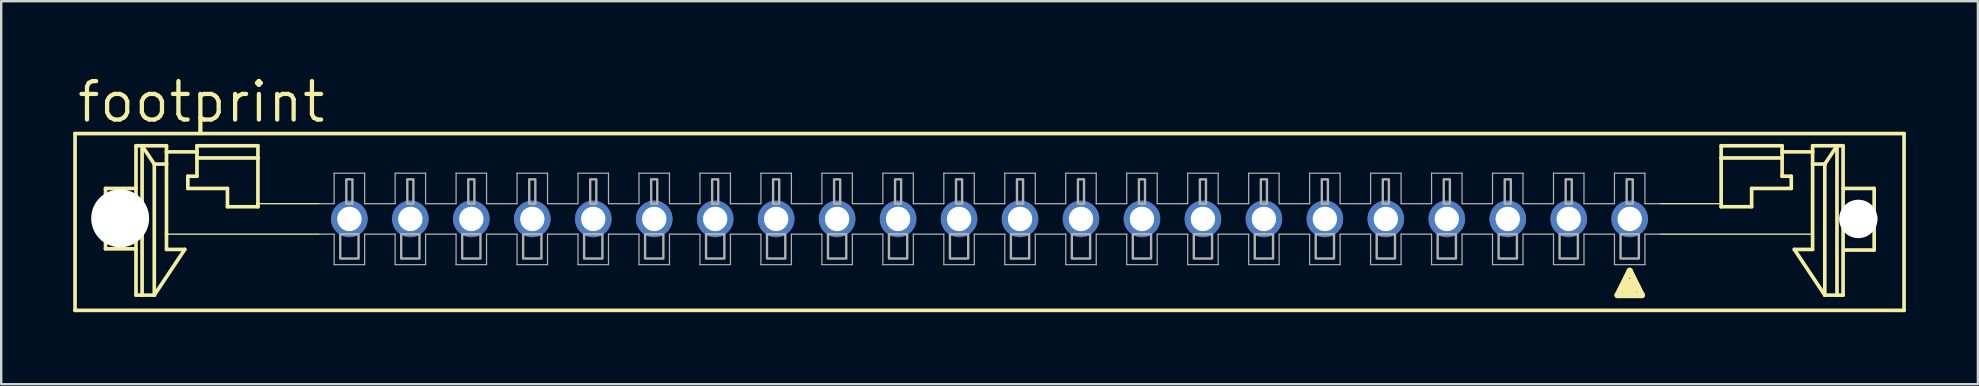
<source format=kicad_pcb>
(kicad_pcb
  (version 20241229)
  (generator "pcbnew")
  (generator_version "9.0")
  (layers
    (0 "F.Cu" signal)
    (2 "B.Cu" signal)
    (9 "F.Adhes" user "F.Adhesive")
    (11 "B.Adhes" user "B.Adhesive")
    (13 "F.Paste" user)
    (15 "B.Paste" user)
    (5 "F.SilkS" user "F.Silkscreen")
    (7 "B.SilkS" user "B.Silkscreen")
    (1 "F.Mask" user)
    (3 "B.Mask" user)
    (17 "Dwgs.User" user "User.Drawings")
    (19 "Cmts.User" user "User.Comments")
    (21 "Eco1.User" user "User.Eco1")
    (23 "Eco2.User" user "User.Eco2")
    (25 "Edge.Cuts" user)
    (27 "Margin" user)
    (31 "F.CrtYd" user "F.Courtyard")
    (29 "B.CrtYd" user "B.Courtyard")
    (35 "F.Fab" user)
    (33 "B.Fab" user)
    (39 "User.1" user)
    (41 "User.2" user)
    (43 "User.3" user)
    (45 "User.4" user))
  (footprint "footprint"
    (layer "F.Cu")
    (at 38.176 6.071)
    (property "Reference" "footprint" (at -38.1 -3.937 0) (layer "F.SilkS") (effects (font (size 1.6 1.6) (thickness 0.178)) (justify left bottom)))
    (fp_line (start -38.1 -3.556) (end -38.1 3.81) (stroke (width 0.152) (type solid)) (layer "F.SilkS"))
    (fp_line (start -38.1 3.81) (end 38.1 3.81) (stroke (width 0.152) (type solid)) (layer "F.SilkS"))
    (fp_line (start -36.83 -1.27) (end -36.83 1.245) (stroke (width 0.152) (type solid)) (layer "F.SilkS"))
    (fp_line (start -36.83 1.245) (end -35.56 1.245) (stroke (width 0.152) (type solid)) (layer "F.SilkS"))
    (fp_line (start -35.56 -3.048) (end -35.56 3.175) (stroke (width 0.152) (type solid)) (layer "F.SilkS"))
    (fp_line (start -35.56 -3.048) (end -35.306 -3.048) (stroke (width 0.152) (type solid)) (layer "F.SilkS"))
    (fp_line (start -35.56 -1.27) (end -36.83 -1.27) (stroke (width 0.152) (type solid)) (layer "F.SilkS"))
    (fp_line (start -35.306 -3.048) (end -35.306 3.175) (stroke (width 0.152) (type solid)) (layer "F.SilkS"))
    (fp_line (start -35.306 -3.048) (end -34.798 -2.286) (stroke (width 0.152) (type solid)) (layer "F.SilkS"))
    (fp_line (start -35.306 -3.048) (end -34.29 -3.048) (stroke (width 0.152) (type solid)) (layer "F.SilkS"))
    (fp_line (start -35.306 3.175) (end -35.56 3.175) (stroke (width 0.152) (type solid)) (layer "F.SilkS"))
    (fp_line (start -34.798 3.175) (end -35.306 3.175) (stroke (width 0.152) (type solid)) (layer "F.SilkS"))
    (fp_line (start -34.798 3.175) (end -34.798 -2.286) (stroke (width 0.152) (type solid)) (layer "F.SilkS"))
    (fp_line (start -34.29 -3.048) (end -34.29 -2.794) (stroke (width 0.152) (type solid)) (layer "F.SilkS"))
    (fp_line (start -34.29 -2.794) (end -34.29 -2.286) (stroke (width 0.152) (type solid)) (layer "F.SilkS"))
    (fp_line (start -34.29 -2.794) (end -33.02 -2.794) (stroke (width 0.152) (type solid)) (layer "F.SilkS"))
    (fp_line (start -34.29 -2.286) (end -34.798 -2.286) (stroke (width 0.152) (type solid)) (layer "F.SilkS"))
    (fp_line (start -34.29 0.635) (end -34.29 -2.286) (stroke (width 0.152) (type solid)) (layer "F.SilkS"))
    (fp_line (start -34.29 1.27) (end -34.29 0.635) (stroke (width 0.152) (type solid)) (layer "F.SilkS"))
    (fp_line (start -34.29 1.27) (end -33.528 1.27) (stroke (width 0.152) (type solid)) (layer "F.SilkS"))
    (fp_line (start -33.528 1.27) (end -34.798 3.175) (stroke (width 0.152) (type solid)) (layer "F.SilkS"))
    (fp_line (start -33.401 -1.778) (end -33.02 -1.778) (stroke (width 0.152) (type solid)) (layer "F.SilkS"))
    (fp_line (start -33.401 -1.27) (end -33.401 -1.778) (stroke (width 0.152) (type solid)) (layer "F.SilkS"))
    (fp_line (start -33.02 -3.048) (end -30.48 -3.048) (stroke (width 0.152) (type solid)) (layer "F.SilkS"))
    (fp_line (start -33.02 -2.794) (end -33.02 -3.048) (stroke (width 0.152) (type solid)) (layer "F.SilkS"))
    (fp_line (start -33.02 -2.54) (end -33.02 -2.794) (stroke (width 0.152) (type solid)) (layer "F.SilkS"))
    (fp_line (start -33.02 -2.54) (end -30.48 -2.54) (stroke (width 0.152) (type solid)) (layer "F.SilkS"))
    (fp_line (start -33.02 -1.778) (end -33.02 -2.54) (stroke (width 0.152) (type solid)) (layer "F.SilkS"))
    (fp_line (start -31.75 -1.27) (end -33.401 -1.27) (stroke (width 0.152) (type solid)) (layer "F.SilkS"))
    (fp_line (start -31.75 -0.508) (end -31.75 -1.27) (stroke (width 0.152) (type solid)) (layer "F.SilkS"))
    (fp_line (start -30.48 -3.048) (end -30.48 -2.54) (stroke (width 0.152) (type solid)) (layer "F.SilkS"))
    (fp_line (start -30.48 -2.54) (end -30.48 -0.635) (stroke (width 0.152) (type solid)) (layer "F.SilkS"))
    (fp_line (start -30.48 -0.635) (end -30.48 -0.508) (stroke (width 0.152) (type solid)) (layer "F.SilkS"))
    (fp_line (start -30.48 -0.508) (end -31.75 -0.508) (stroke (width 0.152) (type solid)) (layer "F.SilkS"))
    (fp_line (start -27.94 -0.635) (end -30.48 -0.635) (stroke (width 0.051) (type solid)) (layer "F.SilkS"))
    (fp_line (start -27.94 0.635) (end -34.29 0.635) (stroke (width 0.051) (type solid)) (layer "F.SilkS"))
    (fp_line (start 26.162 3.175) (end 27.178 3.175) (stroke (width 0.254) (type solid)) (layer "F.SilkS"))
    (fp_line (start 26.67 2.159) (end 26.162 3.175) (stroke (width 0.254) (type solid)) (layer "F.SilkS"))
    (fp_line (start 26.67 2.794) (end 26.67 2.921) (stroke (width 0.61) (type solid)) (layer "F.SilkS"))
    (fp_line (start 27.178 3.175) (end 26.67 2.159) (stroke (width 0.254) (type solid)) (layer "F.SilkS"))
    (fp_line (start 27.94 -0.635) (end 30.429 -0.635) (stroke (width 0.051) (type solid)) (layer "F.SilkS"))
    (fp_line (start 27.94 0.635) (end 34.239 0.635) (stroke (width 0.051) (type solid)) (layer "F.SilkS"))
    (fp_line (start 30.48 -3.048) (end 30.48 -2.54) (stroke (width 0.152) (type solid)) (layer "F.SilkS"))
    (fp_line (start 30.48 -2.54) (end 30.48 -0.508) (stroke (width 0.152) (type solid)) (layer "F.SilkS"))
    (fp_line (start 30.48 -0.508) (end 31.75 -0.508) (stroke (width 0.152) (type solid)) (layer "F.SilkS"))
    (fp_line (start 31.75 -1.27) (end 33.401 -1.27) (stroke (width 0.152) (type solid)) (layer "F.SilkS"))
    (fp_line (start 31.75 -0.508) (end 31.75 -1.27) (stroke (width 0.152) (type solid)) (layer "F.SilkS"))
    (fp_line (start 33.02 -3.048) (end 30.48 -3.048) (stroke (width 0.152) (type solid)) (layer "F.SilkS"))
    (fp_line (start 33.02 -2.794) (end 33.02 -3.048) (stroke (width 0.152) (type solid)) (layer "F.SilkS"))
    (fp_line (start 33.02 -2.54) (end 30.48 -2.54) (stroke (width 0.152) (type solid)) (layer "F.SilkS"))
    (fp_line (start 33.02 -2.54) (end 33.02 -2.794) (stroke (width 0.152) (type solid)) (layer "F.SilkS"))
    (fp_line (start 33.02 -1.778) (end 33.02 -2.54) (stroke (width 0.152) (type solid)) (layer "F.SilkS"))
    (fp_line (start 33.401 -1.778) (end 33.02 -1.778) (stroke (width 0.152) (type solid)) (layer "F.SilkS"))
    (fp_line (start 33.401 -1.27) (end 33.401 -1.778) (stroke (width 0.152) (type solid)) (layer "F.SilkS"))
    (fp_line (start 33.528 1.27) (end 34.798 3.175) (stroke (width 0.152) (type solid)) (layer "F.SilkS"))
    (fp_line (start 34.29 -3.048) (end 34.29 -2.794) (stroke (width 0.152) (type solid)) (layer "F.SilkS"))
    (fp_line (start 34.29 -2.794) (end 33.02 -2.794) (stroke (width 0.152) (type solid)) (layer "F.SilkS"))
    (fp_line (start 34.29 -2.794) (end 34.29 -2.286) (stroke (width 0.152) (type solid)) (layer "F.SilkS"))
    (fp_line (start 34.29 -2.286) (end 34.29 1.27) (stroke (width 0.152) (type solid)) (layer "F.SilkS"))
    (fp_line (start 34.29 -2.286) (end 34.798 -2.286) (stroke (width 0.152) (type solid)) (layer "F.SilkS"))
    (fp_line (start 34.29 1.27) (end 33.528 1.27) (stroke (width 0.152) (type solid)) (layer "F.SilkS"))
    (fp_line (start 34.798 3.175) (end 34.798 -2.286) (stroke (width 0.152) (type solid)) (layer "F.SilkS"))
    (fp_line (start 34.798 3.175) (end 35.306 3.175) (stroke (width 0.152) (type solid)) (layer "F.SilkS"))
    (fp_line (start 35.306 -3.048) (end 34.29 -3.048) (stroke (width 0.152) (type solid)) (layer "F.SilkS"))
    (fp_line (start 35.306 -3.048) (end 34.798 -2.286) (stroke (width 0.152) (type solid)) (layer "F.SilkS"))
    (fp_line (start 35.306 -3.048) (end 35.306 3.175) (stroke (width 0.152) (type solid)) (layer "F.SilkS"))
    (fp_line (start 35.306 3.175) (end 35.56 3.175) (stroke (width 0.152) (type solid)) (layer "F.SilkS"))
    (fp_line (start 35.56 -3.048) (end 35.306 -3.048) (stroke (width 0.152) (type solid)) (layer "F.SilkS"))
    (fp_line (start 35.56 -3.048) (end 35.56 3.175) (stroke (width 0.152) (type solid)) (layer "F.SilkS"))
    (fp_line (start 35.56 -1.27) (end 36.855 -1.27) (stroke (width 0.152) (type solid)) (layer "F.SilkS"))
    (fp_line (start 36.855 -1.27) (end 36.855 1.295) (stroke (width 0.152) (type solid)) (layer "F.SilkS"))
    (fp_line (start 36.855 1.295) (end 35.662 1.295) (stroke (width 0.152) (type solid)) (layer "F.SilkS"))
    (fp_line (start 38.1 -3.556) (end -38.1 -3.556) (stroke (width 0.152) (type solid)) (layer "F.SilkS"))
    (fp_line (start 38.1 3.81) (end 38.1 -3.556) (stroke (width 0.152) (type solid)) (layer "F.SilkS"))
    (fp_line (start -27.305 -1.905) (end -26.035 -1.905) (stroke (width 0.051) (type solid)) (layer "F.Fab"))
    (fp_line (start -27.305 -0.635) (end -27.94 -0.635) (stroke (width 0.051) (type solid)) (layer "F.Fab"))
    (fp_line (start -27.305 -0.635) (end -27.305 -1.905) (stroke (width 0.051) (type solid)) (layer "F.Fab"))
    (fp_line (start -27.305 0.635) (end -27.94 0.635) (stroke (width 0.051) (type solid)) (layer "F.Fab"))
    (fp_line (start -27.305 1.905) (end -27.305 0.635) (stroke (width 0.051) (type solid)) (layer "F.Fab"))
    (fp_line (start -27.305 1.905) (end -26.035 1.905) (stroke (width 0.051) (type solid)) (layer "F.Fab"))
    (fp_line (start -26.035 -1.905) (end -26.035 -0.635) (stroke (width 0.051) (type solid)) (layer "F.Fab"))
    (fp_line (start -26.035 -0.635) (end -24.765 -0.635) (stroke (width 0.051) (type solid)) (layer "F.Fab"))
    (fp_line (start -26.035 0.635) (end -24.765 0.635) (stroke (width 0.051) (type solid)) (layer "F.Fab"))
    (fp_line (start -26.035 1.905) (end -26.035 0.635) (stroke (width 0.051) (type solid)) (layer "F.Fab"))
    (fp_line (start -24.765 -1.905) (end -23.495 -1.905) (stroke (width 0.051) (type solid)) (layer "F.Fab"))
    (fp_line (start -24.765 -0.635) (end -24.765 -1.905) (stroke (width 0.051) (type solid)) (layer "F.Fab"))
    (fp_line (start -24.765 0.635) (end -24.765 1.905) (stroke (width 0.051) (type solid)) (layer "F.Fab"))
    (fp_line (start -24.765 1.905) (end -23.495 1.905) (stroke (width 0.051) (type solid)) (layer "F.Fab"))
    (fp_line (start -23.495 -1.905) (end -23.495 -0.635) (stroke (width 0.051) (type solid)) (layer "F.Fab"))
    (fp_line (start -23.495 -0.635) (end -22.225 -0.635) (stroke (width 0.051) (type solid)) (layer "F.Fab"))
    (fp_line (start -23.495 0.635) (end -23.495 1.905) (stroke (width 0.051) (type solid)) (layer "F.Fab"))
    (fp_line (start -23.495 0.635) (end -22.225 0.635) (stroke (width 0.051) (type solid)) (layer "F.Fab"))
    (fp_line (start -22.225 -0.635) (end -22.225 -1.905) (stroke (width 0.051) (type solid)) (layer "F.Fab"))
    (fp_line (start -22.225 1.905) (end -22.225 0.635) (stroke (width 0.051) (type solid)) (layer "F.Fab"))
    (fp_line (start -22.225 1.905) (end -20.955 1.905) (stroke (width 0.051) (type solid)) (layer "F.Fab"))
    (fp_line (start -20.955 -1.905) (end -22.225 -1.905) (stroke (width 0.051) (type solid)) (layer "F.Fab"))
    (fp_line (start -20.955 -1.905) (end -20.955 -0.635) (stroke (width 0.051) (type solid)) (layer "F.Fab"))
    (fp_line (start -20.955 0.635) (end -19.685 0.635) (stroke (width 0.051) (type solid)) (layer "F.Fab"))
    (fp_line (start -20.955 1.905) (end -20.955 0.635) (stroke (width 0.051) (type solid)) (layer "F.Fab"))
    (fp_line (start -19.685 -0.635) (end -20.955 -0.635) (stroke (width 0.051) (type solid)) (layer "F.Fab"))
    (fp_line (start -19.685 -0.635) (end -19.685 -1.905) (stroke (width 0.051) (type solid)) (layer "F.Fab"))
    (fp_line (start -19.685 1.905) (end -19.685 0.635) (stroke (width 0.051) (type solid)) (layer "F.Fab"))
    (fp_line (start -19.685 1.905) (end -18.415 1.905) (stroke (width 0.051) (type solid)) (layer "F.Fab"))
    (fp_line (start -18.415 -1.905) (end -19.685 -1.905) (stroke (width 0.051) (type solid)) (layer "F.Fab"))
    (fp_line (start -18.415 -1.905) (end -18.415 -0.635) (stroke (width 0.051) (type solid)) (layer "F.Fab"))
    (fp_line (start -18.415 0.635) (end -17.145 0.635) (stroke (width 0.051) (type solid)) (layer "F.Fab"))
    (fp_line (start -18.415 1.905) (end -18.415 0.635) (stroke (width 0.051) (type solid)) (layer "F.Fab"))
    (fp_line (start -17.145 -0.635) (end -18.415 -0.635) (stroke (width 0.051) (type solid)) (layer "F.Fab"))
    (fp_line (start -17.145 -0.635) (end -17.145 -1.905) (stroke (width 0.051) (type solid)) (layer "F.Fab"))
    (fp_line (start -17.145 1.905) (end -17.145 0.635) (stroke (width 0.051) (type solid)) (layer "F.Fab"))
    (fp_line (start -17.145 1.905) (end -15.875 1.905) (stroke (width 0.051) (type solid)) (layer "F.Fab"))
    (fp_line (start -15.875 -1.905) (end -17.145 -1.905) (stroke (width 0.051) (type solid)) (layer "F.Fab"))
    (fp_line (start -15.875 -1.905) (end -15.875 -0.635) (stroke (width 0.051) (type solid)) (layer "F.Fab"))
    (fp_line (start -15.875 0.635) (end -14.605 0.635) (stroke (width 0.051) (type solid)) (layer "F.Fab"))
    (fp_line (start -15.875 1.905) (end -15.875 0.635) (stroke (width 0.051) (type solid)) (layer "F.Fab"))
    (fp_line (start -14.605 -0.635) (end -15.875 -0.635) (stroke (width 0.051) (type solid)) (layer "F.Fab"))
    (fp_line (start -14.605 -0.635) (end -14.605 -1.905) (stroke (width 0.051) (type solid)) (layer "F.Fab"))
    (fp_line (start -14.605 1.905) (end -14.605 0.635) (stroke (width 0.051) (type solid)) (layer "F.Fab"))
    (fp_line (start -14.605 1.905) (end -13.335 1.905) (stroke (width 0.051) (type solid)) (layer "F.Fab"))
    (fp_line (start -13.335 -1.905) (end -14.605 -1.905) (stroke (width 0.051) (type solid)) (layer "F.Fab"))
    (fp_line (start -13.335 -1.905) (end -13.335 -0.635) (stroke (width 0.051) (type solid)) (layer "F.Fab"))
    (fp_line (start -13.335 -0.635) (end -12.065 -0.635) (stroke (width 0.051) (type solid)) (layer "F.Fab"))
    (fp_line (start -13.335 0.635) (end -12.065 0.635) (stroke (width 0.051) (type solid)) (layer "F.Fab"))
    (fp_line (start -13.335 1.905) (end -13.335 0.635) (stroke (width 0.051) (type solid)) (layer "F.Fab"))
    (fp_line (start -12.065 -0.635) (end -12.065 -1.905) (stroke (width 0.051) (type solid)) (layer "F.Fab"))
    (fp_line (start -12.065 1.905) (end -12.065 0.635) (stroke (width 0.051) (type solid)) (layer "F.Fab"))
    (fp_line (start -12.065 1.905) (end -10.795 1.905) (stroke (width 0.051) (type solid)) (layer "F.Fab"))
    (fp_line (start -10.795 -1.905) (end -12.065 -1.905) (stroke (width 0.051) (type solid)) (layer "F.Fab"))
    (fp_line (start -10.795 -1.905) (end -10.795 -0.635) (stroke (width 0.051) (type solid)) (layer "F.Fab"))
    (fp_line (start -10.795 0.635) (end -10.795 1.905) (stroke (width 0.051) (type solid)) (layer "F.Fab"))
    (fp_line (start -10.795 0.635) (end -9.525 0.635) (stroke (width 0.051) (type solid)) (layer "F.Fab"))
    (fp_line (start -9.525 -0.635) (end -10.795 -0.635) (stroke (width 0.051) (type solid)) (layer "F.Fab"))
    (fp_line (start -9.525 -0.635) (end -9.525 -1.905) (stroke (width 0.051) (type solid)) (layer "F.Fab"))
    (fp_line (start -9.525 1.905) (end -9.525 0.635) (stroke (width 0.051) (type solid)) (layer "F.Fab"))
    (fp_line (start -9.525 1.905) (end -8.255 1.905) (stroke (width 0.051) (type solid)) (layer "F.Fab"))
    (fp_line (start -8.255 -1.905) (end -9.525 -1.905) (stroke (width 0.051) (type solid)) (layer "F.Fab"))
    (fp_line (start -8.255 -1.905) (end -8.255 -0.635) (stroke (width 0.051) (type solid)) (layer "F.Fab"))
    (fp_line (start -8.255 0.635) (end -8.255 1.905) (stroke (width 0.051) (type solid)) (layer "F.Fab"))
    (fp_line (start -8.255 0.635) (end -6.985 0.635) (stroke (width 0.051) (type solid)) (layer "F.Fab"))
    (fp_line (start -6.985 -0.635) (end -8.255 -0.635) (stroke (width 0.051) (type solid)) (layer "F.Fab"))
    (fp_line (start -6.985 -0.635) (end -6.985 -1.905) (stroke (width 0.051) (type solid)) (layer "F.Fab"))
    (fp_line (start -6.985 0.635) (end -6.985 1.905) (stroke (width 0.051) (type solid)) (layer "F.Fab"))
    (fp_line (start -6.985 1.905) (end -5.715 1.905) (stroke (width 0.051) (type solid)) (layer "F.Fab"))
    (fp_line (start -5.715 -1.905) (end -6.985 -1.905) (stroke (width 0.051) (type solid)) (layer "F.Fab"))
    (fp_line (start -5.715 -1.905) (end -5.715 -0.635) (stroke (width 0.051) (type solid)) (layer "F.Fab"))
    (fp_line (start -5.715 0.635) (end -5.715 1.905) (stroke (width 0.051) (type solid)) (layer "F.Fab"))
    (fp_line (start -5.715 0.635) (end -4.445 0.635) (stroke (width 0.051) (type solid)) (layer "F.Fab"))
    (fp_line (start -4.445 -0.635) (end -5.715 -0.635) (stroke (width 0.051) (type solid)) (layer "F.Fab"))
    (fp_line (start -4.445 -0.635) (end -4.445 -1.905) (stroke (width 0.051) (type solid)) (layer "F.Fab"))
    (fp_line (start -4.445 1.905) (end -4.445 0.635) (stroke (width 0.051) (type solid)) (layer "F.Fab"))
    (fp_line (start -4.445 1.905) (end -3.175 1.905) (stroke (width 0.051) (type solid)) (layer "F.Fab"))
    (fp_line (start -3.175 -1.905) (end -4.445 -1.905) (stroke (width 0.051) (type solid)) (layer "F.Fab"))
    (fp_line (start -3.175 -1.905) (end -3.175 -0.635) (stroke (width 0.051) (type solid)) (layer "F.Fab"))
    (fp_line (start -3.175 0.635) (end -3.175 1.905) (stroke (width 0.051) (type solid)) (layer "F.Fab"))
    (fp_line (start -3.175 0.635) (end -1.905 0.635) (stroke (width 0.051) (type solid)) (layer "F.Fab"))
    (fp_line (start -1.905 -0.635) (end -3.175 -0.635) (stroke (width 0.051) (type solid)) (layer "F.Fab"))
    (fp_line (start -1.905 -0.635) (end -1.905 -1.905) (stroke (width 0.051) (type solid)) (layer "F.Fab"))
    (fp_line (start -1.905 1.905) (end -1.905 0.635) (stroke (width 0.051) (type solid)) (layer "F.Fab"))
    (fp_line (start -1.905 1.905) (end -0.635 1.905) (stroke (width 0.051) (type solid)) (layer "F.Fab"))
    (fp_line (start -0.635 -1.905) (end -1.905 -1.905) (stroke (width 0.051) (type solid)) (layer "F.Fab"))
    (fp_line (start -0.635 -1.905) (end -0.635 -0.635) (stroke (width 0.051) (type solid)) (layer "F.Fab"))
    (fp_line (start -0.635 0.635) (end -0.635 1.905) (stroke (width 0.051) (type solid)) (layer "F.Fab"))
    (fp_line (start -0.635 0.635) (end 0.635 0.635) (stroke (width 0.051) (type solid)) (layer "F.Fab"))
    (fp_line (start 0.635 -0.635) (end -0.635 -0.635) (stroke (width 0.051) (type solid)) (layer "F.Fab"))
    (fp_line (start 0.635 -0.635) (end 0.635 -1.905) (stroke (width 0.051) (type solid)) (layer "F.Fab"))
    (fp_line (start 0.635 1.905) (end 0.635 0.635) (stroke (width 0.051) (type solid)) (layer "F.Fab"))
    (fp_line (start 0.635 1.905) (end 1.905 1.905) (stroke (width 0.051) (type solid)) (layer "F.Fab"))
    (fp_line (start 1.905 -1.905) (end 0.635 -1.905) (stroke (width 0.051) (type solid)) (layer "F.Fab"))
    (fp_line (start 1.905 -1.905) (end 1.905 -0.635) (stroke (width 0.051) (type solid)) (layer "F.Fab"))
    (fp_line (start 1.905 0.635) (end 3.175 0.635) (stroke (width 0.051) (type solid)) (layer "F.Fab"))
    (fp_line (start 1.905 1.905) (end 1.905 0.635) (stroke (width 0.051) (type solid)) (layer "F.Fab"))
    (fp_line (start 3.175 -0.635) (end 1.905 -0.635) (stroke (width 0.051) (type solid)) (layer "F.Fab"))
    (fp_line (start 3.175 -0.635) (end 3.175 -1.905) (stroke (width 0.051) (type solid)) (layer "F.Fab"))
    (fp_line (start 3.175 1.905) (end 3.175 0.635) (stroke (width 0.051) (type solid)) (layer "F.Fab"))
    (fp_line (start 3.175 1.905) (end 4.445 1.905) (stroke (width 0.051) (type solid)) (layer "F.Fab"))
    (fp_line (start 4.445 -1.905) (end 3.175 -1.905) (stroke (width 0.051) (type solid)) (layer "F.Fab"))
    (fp_line (start 4.445 -1.905) (end 4.445 -0.635) (stroke (width 0.051) (type solid)) (layer "F.Fab"))
    (fp_line (start 4.445 -0.635) (end 5.715 -0.635) (stroke (width 0.051) (type solid)) (layer "F.Fab"))
    (fp_line (start 4.445 0.635) (end 5.715 0.635) (stroke (width 0.051) (type solid)) (layer "F.Fab"))
    (fp_line (start 4.445 1.905) (end 4.445 0.635) (stroke (width 0.051) (type solid)) (layer "F.Fab"))
    (fp_line (start 5.715 -0.635) (end 5.715 -1.905) (stroke (width 0.051) (type solid)) (layer "F.Fab"))
    (fp_line (start 5.715 1.905) (end 5.715 0.635) (stroke (width 0.051) (type solid)) (layer "F.Fab"))
    (fp_line (start 5.715 1.905) (end 6.985 1.905) (stroke (width 0.051) (type solid)) (layer "F.Fab"))
    (fp_line (start 6.985 -1.905) (end 5.715 -1.905) (stroke (width 0.051) (type solid)) (layer "F.Fab"))
    (fp_line (start 6.985 -1.905) (end 6.985 -0.635) (stroke (width 0.051) (type solid)) (layer "F.Fab"))
    (fp_line (start 6.985 0.635) (end 6.985 1.905) (stroke (width 0.051) (type solid)) (layer "F.Fab"))
    (fp_line (start 6.985 0.635) (end 8.255 0.635) (stroke (width 0.051) (type solid)) (layer "F.Fab"))
    (fp_line (start 8.255 -0.635) (end 6.985 -0.635) (stroke (width 0.051) (type solid)) (layer "F.Fab"))
    (fp_line (start 8.255 -0.635) (end 8.255 -1.905) (stroke (width 0.051) (type solid)) (layer "F.Fab"))
    (fp_line (start 8.255 0.635) (end 8.255 1.905) (stroke (width 0.051) (type solid)) (layer "F.Fab"))
    (fp_line (start 8.255 1.905) (end 9.525 1.905) (stroke (width 0.051) (type solid)) (layer "F.Fab"))
    (fp_line (start 9.525 -1.905) (end 8.255 -1.905) (stroke (width 0.051) (type solid)) (layer "F.Fab"))
    (fp_line (start 9.525 -1.905) (end 9.525 -0.635) (stroke (width 0.051) (type solid)) (layer "F.Fab"))
    (fp_line (start 9.525 0.635) (end 9.525 1.905) (stroke (width 0.051) (type solid)) (layer "F.Fab"))
    (fp_line (start 9.525 0.635) (end 10.795 0.635) (stroke (width 0.051) (type solid)) (layer "F.Fab"))
    (fp_line (start 10.795 -0.635) (end 9.525 -0.635) (stroke (width 0.051) (type solid)) (layer "F.Fab"))
    (fp_line (start 10.795 -0.635) (end 10.795 -1.905) (stroke (width 0.051) (type solid)) (layer "F.Fab"))
    (fp_line (start 10.795 0.635) (end 10.795 1.905) (stroke (width 0.051) (type solid)) (layer "F.Fab"))
    (fp_line (start 10.795 1.905) (end 12.065 1.905) (stroke (width 0.051) (type solid)) (layer "F.Fab"))
    (fp_line (start 12.065 -1.905) (end 10.795 -1.905) (stroke (width 0.051) (type solid)) (layer "F.Fab"))
    (fp_line (start 12.065 -1.905) (end 12.065 -0.635) (stroke (width 0.051) (type solid)) (layer "F.Fab"))
    (fp_line (start 12.065 0.635) (end 12.065 1.905) (stroke (width 0.051) (type solid)) (layer "F.Fab"))
    (fp_line (start 12.065 0.635) (end 13.335 0.635) (stroke (width 0.051) (type solid)) (layer "F.Fab"))
    (fp_line (start 13.335 -0.635) (end 12.065 -0.635) (stroke (width 0.051) (type solid)) (layer "F.Fab"))
    (fp_line (start 13.335 -0.635) (end 13.335 -1.905) (stroke (width 0.051) (type solid)) (layer "F.Fab"))
    (fp_line (start 13.335 0.635) (end 13.335 1.905) (stroke (width 0.051) (type solid)) (layer "F.Fab"))
    (fp_line (start 13.335 1.905) (end 14.605 1.905) (stroke (width 0.051) (type solid)) (layer "F.Fab"))
    (fp_line (start 14.605 -1.905) (end 13.335 -1.905) (stroke (width 0.051) (type solid)) (layer "F.Fab"))
    (fp_line (start 14.605 -1.905) (end 14.605 -0.635) (stroke (width 0.051) (type solid)) (layer "F.Fab"))
    (fp_line (start 14.605 0.635) (end 15.875 0.635) (stroke (width 0.051) (type solid)) (layer "F.Fab"))
    (fp_line (start 14.605 1.905) (end 14.605 0.635) (stroke (width 0.051) (type solid)) (layer "F.Fab"))
    (fp_line (start 15.875 -0.635) (end 14.605 -0.635) (stroke (width 0.051) (type solid)) (layer "F.Fab"))
    (fp_line (start 15.875 -0.635) (end 15.875 -1.905) (stroke (width 0.051) (type solid)) (layer "F.Fab"))
    (fp_line (start 15.875 1.905) (end 15.875 0.635) (stroke (width 0.051) (type solid)) (layer "F.Fab"))
    (fp_line (start 15.875 1.905) (end 17.145 1.905) (stroke (width 0.051) (type solid)) (layer "F.Fab"))
    (fp_line (start 17.145 -1.905) (end 15.875 -1.905) (stroke (width 0.051) (type solid)) (layer "F.Fab"))
    (fp_line (start 17.145 -1.905) (end 17.145 -0.635) (stroke (width 0.051) (type solid)) (layer "F.Fab"))
    (fp_line (start 17.145 0.635) (end 18.415 0.635) (stroke (width 0.051) (type solid)) (layer "F.Fab"))
    (fp_line (start 17.145 1.905) (end 17.145 0.635) (stroke (width 0.051) (type solid)) (layer "F.Fab"))
    (fp_line (start 18.415 -0.635) (end 17.145 -0.635) (stroke (width 0.051) (type solid)) (layer "F.Fab"))
    (fp_line (start 18.415 -0.635) (end 18.415 -1.905) (stroke (width 0.051) (type solid)) (layer "F.Fab"))
    (fp_line (start 18.415 0.635) (end 18.415 1.905) (stroke (width 0.051) (type solid)) (layer "F.Fab"))
    (fp_line (start 18.415 1.905) (end 19.685 1.905) (stroke (width 0.051) (type solid)) (layer "F.Fab"))
    (fp_line (start 19.685 -1.905) (end 18.415 -1.905) (stroke (width 0.051) (type solid)) (layer "F.Fab"))
    (fp_line (start 19.685 -1.905) (end 19.685 -0.635) (stroke (width 0.051) (type solid)) (layer "F.Fab"))
    (fp_line (start 19.685 0.635) (end 20.955 0.635) (stroke (width 0.051) (type solid)) (layer "F.Fab"))
    (fp_line (start 19.685 1.905) (end 19.685 0.635) (stroke (width 0.051) (type solid)) (layer "F.Fab"))
    (fp_line (start 20.955 -0.635) (end 19.685 -0.635) (stroke (width 0.051) (type solid)) (layer "F.Fab"))
    (fp_line (start 20.955 -0.635) (end 20.955 -1.905) (stroke (width 0.051) (type solid)) (layer "F.Fab"))
    (fp_line (start 20.955 0.635) (end 20.955 1.905) (stroke (width 0.051) (type solid)) (layer "F.Fab"))
    (fp_line (start 20.955 1.905) (end 22.225 1.905) (stroke (width 0.051) (type solid)) (layer "F.Fab"))
    (fp_line (start 22.225 -1.905) (end 20.955 -1.905) (stroke (width 0.051) (type solid)) (layer "F.Fab"))
    (fp_line (start 22.225 -1.905) (end 22.225 -0.635) (stroke (width 0.051) (type solid)) (layer "F.Fab"))
    (fp_line (start 22.225 0.635) (end 22.225 1.905) (stroke (width 0.051) (type solid)) (layer "F.Fab"))
    (fp_line (start 22.225 0.635) (end 23.495 0.635) (stroke (width 0.051) (type solid)) (layer "F.Fab"))
    (fp_line (start 23.495 -0.635) (end 22.225 -0.635) (stroke (width 0.051) (type solid)) (layer "F.Fab"))
    (fp_line (start 23.495 -0.635) (end 23.495 -1.905) (stroke (width 0.051) (type solid)) (layer "F.Fab"))
    (fp_line (start 23.495 0.635) (end 23.495 1.905) (stroke (width 0.051) (type solid)) (layer "F.Fab"))
    (fp_line (start 23.495 1.905) (end 24.765 1.905) (stroke (width 0.051) (type solid)) (layer "F.Fab"))
    (fp_line (start 24.765 -1.905) (end 23.495 -1.905) (stroke (width 0.051) (type solid)) (layer "F.Fab"))
    (fp_line (start 24.765 -1.905) (end 24.765 -0.635) (stroke (width 0.051) (type solid)) (layer "F.Fab"))
    (fp_line (start 24.765 0.635) (end 24.765 1.905) (stroke (width 0.051) (type solid)) (layer "F.Fab"))
    (fp_line (start 24.765 0.635) (end 26.035 0.635) (stroke (width 0.051) (type solid)) (layer "F.Fab"))
    (fp_line (start 26.035 -0.635) (end 24.765 -0.635) (stroke (width 0.051) (type solid)) (layer "F.Fab"))
    (fp_line (start 26.035 -0.635) (end 26.035 -1.905) (stroke (width 0.051) (type solid)) (layer "F.Fab"))
    (fp_line (start 26.035 0.635) (end 26.035 1.905) (stroke (width 0.051) (type solid)) (layer "F.Fab"))
    (fp_line (start 26.035 1.905) (end 27.305 1.905) (stroke (width 0.051) (type solid)) (layer "F.Fab"))
    (fp_line (start 27.305 -1.905) (end 26.035 -1.905) (stroke (width 0.051) (type solid)) (layer "F.Fab"))
    (fp_line (start 27.305 -1.905) (end 27.305 -0.635) (stroke (width 0.051) (type solid)) (layer "F.Fab"))
    (fp_line (start 27.305 0.635) (end 27.94 0.635) (stroke (width 0.051) (type solid)) (layer "F.Fab"))
    (fp_line (start 27.305 1.905) (end 27.305 0.635) (stroke (width 0.051) (type solid)) (layer "F.Fab"))
    (fp_line (start 27.94 -0.635) (end 27.305 -0.635) (stroke (width 0.051) (type solid)) (layer "F.Fab"))
    (fp_poly (pts (xy -27.051 1.651) (xy -26.289 1.651) (xy -26.289 0.635) (xy -27.051 0.635)) (stroke (width 0.1) (type solid)) (fill no) (layer "F.Fab"))
    (fp_poly (pts (xy -26.797 -0.635) (xy -26.543 -0.635) (xy -26.543 -1.651) (xy -26.797 -1.651)) (stroke (width 0.1) (type solid)) (fill no) (layer "F.Fab"))
    (fp_poly (pts (xy -24.511 1.651) (xy -23.749 1.651) (xy -23.749 0.635) (xy -24.511 0.635)) (stroke (width 0.1) (type solid)) (fill no) (layer "F.Fab"))
    (fp_poly (pts (xy -24.257 -0.635) (xy -24.003 -0.635) (xy -24.003 -1.651) (xy -24.257 -1.651)) (stroke (width 0.1) (type solid)) (fill no) (layer "F.Fab"))
    (fp_poly (pts (xy -21.971 1.651) (xy -21.209 1.651) (xy -21.209 0.635) (xy -21.971 0.635)) (stroke (width 0.1) (type solid)) (fill no) (layer "F.Fab"))
    (fp_poly (pts (xy -21.717 -0.635) (xy -21.463 -0.635) (xy -21.463 -1.651) (xy -21.717 -1.651)) (stroke (width 0.1) (type solid)) (fill no) (layer "F.Fab"))
    (fp_poly (pts (xy -19.431 1.651) (xy -18.669 1.651) (xy -18.669 0.635) (xy -19.431 0.635)) (stroke (width 0.1) (type solid)) (fill no) (layer "F.Fab"))
    (fp_poly (pts (xy -19.177 -0.635) (xy -18.923 -0.635) (xy -18.923 -1.651) (xy -19.177 -1.651)) (stroke (width 0.1) (type solid)) (fill no) (layer "F.Fab"))
    (fp_poly (pts (xy -16.891 1.651) (xy -16.129 1.651) (xy -16.129 0.635) (xy -16.891 0.635)) (stroke (width 0.1) (type solid)) (fill no) (layer "F.Fab"))
    (fp_poly (pts (xy -16.637 -0.635) (xy -16.383 -0.635) (xy -16.383 -1.651) (xy -16.637 -1.651)) (stroke (width 0.1) (type solid)) (fill no) (layer "F.Fab"))
    (fp_poly (pts (xy -14.351 1.651) (xy -13.589 1.651) (xy -13.589 0.635) (xy -14.351 0.635)) (stroke (width 0.1) (type solid)) (fill no) (layer "F.Fab"))
    (fp_poly (pts (xy -14.097 -0.635) (xy -13.843 -0.635) (xy -13.843 -1.651) (xy -14.097 -1.651)) (stroke (width 0.1) (type solid)) (fill no) (layer "F.Fab"))
    (fp_poly (pts (xy -11.811 1.651) (xy -11.049 1.651) (xy -11.049 0.635) (xy -11.811 0.635)) (stroke (width 0.1) (type solid)) (fill no) (layer "F.Fab"))
    (fp_poly (pts (xy -11.557 -0.635) (xy -11.303 -0.635) (xy -11.303 -1.651) (xy -11.557 -1.651)) (stroke (width 0.1) (type solid)) (fill no) (layer "F.Fab"))
    (fp_poly (pts (xy -9.271 1.651) (xy -8.509 1.651) (xy -8.509 0.635) (xy -9.271 0.635)) (stroke (width 0.1) (type solid)) (fill no) (layer "F.Fab"))
    (fp_poly (pts (xy -9.017 -0.635) (xy -8.763 -0.635) (xy -8.763 -1.651) (xy -9.017 -1.651)) (stroke (width 0.1) (type solid)) (fill no) (layer "F.Fab"))
    (fp_poly (pts (xy -6.731 1.651) (xy -5.969 1.651) (xy -5.969 0.635) (xy -6.731 0.635)) (stroke (width 0.1) (type solid)) (fill no) (layer "F.Fab"))
    (fp_poly (pts (xy -6.477 -0.635) (xy -6.223 -0.635) (xy -6.223 -1.651) (xy -6.477 -1.651)) (stroke (width 0.1) (type solid)) (fill no) (layer "F.Fab"))
    (fp_poly (pts (xy -4.191 1.651) (xy -3.429 1.651) (xy -3.429 0.635) (xy -4.191 0.635)) (stroke (width 0.1) (type solid)) (fill no) (layer "F.Fab"))
    (fp_poly (pts (xy -3.937 -0.635) (xy -3.683 -0.635) (xy -3.683 -1.651) (xy -3.937 -1.651)) (stroke (width 0.1) (type solid)) (fill no) (layer "F.Fab"))
    (fp_poly (pts (xy -1.651 1.651) (xy -0.889 1.651) (xy -0.889 0.635) (xy -1.651 0.635)) (stroke (width 0.1) (type solid)) (fill no) (layer "F.Fab"))
    (fp_poly (pts (xy -1.397 -0.635) (xy -1.143 -0.635) (xy -1.143 -1.651) (xy -1.397 -1.651)) (stroke (width 0.1) (type solid)) (fill no) (layer "F.Fab"))
    (fp_poly (pts (xy 0.889 1.651) (xy 1.651 1.651) (xy 1.651 0.635) (xy 0.889 0.635)) (stroke (width 0.1) (type solid)) (fill no) (layer "F.Fab"))
    (fp_poly (pts (xy 1.143 -0.635) (xy 1.397 -0.635) (xy 1.397 -1.651) (xy 1.143 -1.651)) (stroke (width 0.1) (type solid)) (fill no) (layer "F.Fab"))
    (fp_poly (pts (xy 3.429 1.651) (xy 4.191 1.651) (xy 4.191 0.635) (xy 3.429 0.635)) (stroke (width 0.1) (type solid)) (fill no) (layer "F.Fab"))
    (fp_poly (pts (xy 3.683 -0.635) (xy 3.937 -0.635) (xy 3.937 -1.651) (xy 3.683 -1.651)) (stroke (width 0.1) (type solid)) (fill no) (layer "F.Fab"))
    (fp_poly (pts (xy 5.969 1.651) (xy 6.731 1.651) (xy 6.731 0.635) (xy 5.969 0.635)) (stroke (width 0.1) (type solid)) (fill no) (layer "F.Fab"))
    (fp_poly (pts (xy 6.223 -0.635) (xy 6.477 -0.635) (xy 6.477 -1.651) (xy 6.223 -1.651)) (stroke (width 0.1) (type solid)) (fill no) (layer "F.Fab"))
    (fp_poly (pts (xy 8.509 1.651) (xy 9.271 1.651) (xy 9.271 0.635) (xy 8.509 0.635)) (stroke (width 0.1) (type solid)) (fill no) (layer "F.Fab"))
    (fp_poly (pts (xy 8.763 -0.635) (xy 9.017 -0.635) (xy 9.017 -1.651) (xy 8.763 -1.651)) (stroke (width 0.1) (type solid)) (fill no) (layer "F.Fab"))
    (fp_poly (pts (xy 11.049 1.651) (xy 11.811 1.651) (xy 11.811 0.635) (xy 11.049 0.635)) (stroke (width 0.1) (type solid)) (fill no) (layer "F.Fab"))
    (fp_poly (pts (xy 11.303 -0.635) (xy 11.557 -0.635) (xy 11.557 -1.651) (xy 11.303 -1.651)) (stroke (width 0.1) (type solid)) (fill no) (layer "F.Fab"))
    (fp_poly (pts (xy 13.589 1.651) (xy 14.351 1.651) (xy 14.351 0.635) (xy 13.589 0.635)) (stroke (width 0.1) (type solid)) (fill no) (layer "F.Fab"))
    (fp_poly (pts (xy 13.843 -0.635) (xy 14.097 -0.635) (xy 14.097 -1.651) (xy 13.843 -1.651)) (stroke (width 0.1) (type solid)) (fill no) (layer "F.Fab"))
    (fp_poly (pts (xy 16.129 1.651) (xy 16.891 1.651) (xy 16.891 0.635) (xy 16.129 0.635)) (stroke (width 0.1) (type solid)) (fill no) (layer "F.Fab"))
    (fp_poly (pts (xy 16.383 -0.635) (xy 16.637 -0.635) (xy 16.637 -1.651) (xy 16.383 -1.651)) (stroke (width 0.1) (type solid)) (fill no) (layer "F.Fab"))
    (fp_poly (pts (xy 18.669 1.651) (xy 19.431 1.651) (xy 19.431 0.635) (xy 18.669 0.635)) (stroke (width 0.1) (type solid)) (fill no) (layer "F.Fab"))
    (fp_poly (pts (xy 18.923 -0.635) (xy 19.177 -0.635) (xy 19.177 -1.651) (xy 18.923 -1.651)) (stroke (width 0.1) (type solid)) (fill no) (layer "F.Fab"))
    (fp_poly (pts (xy 21.209 1.651) (xy 21.971 1.651) (xy 21.971 0.635) (xy 21.209 0.635)) (stroke (width 0.1) (type solid)) (fill no) (layer "F.Fab"))
    (fp_poly (pts (xy 21.463 -0.635) (xy 21.717 -0.635) (xy 21.717 -1.651) (xy 21.463 -1.651)) (stroke (width 0.1) (type solid)) (fill no) (layer "F.Fab"))
    (fp_poly (pts (xy 23.749 1.651) (xy 24.511 1.651) (xy 24.511 0.635) (xy 23.749 0.635)) (stroke (width 0.1) (type solid)) (fill no) (layer "F.Fab"))
    (fp_poly (pts (xy 24.003 -0.635) (xy 24.257 -0.635) (xy 24.257 -1.651) (xy 24.003 -1.651)) (stroke (width 0.1) (type solid)) (fill no) (layer "F.Fab"))
    (fp_poly (pts (xy 26.289 1.651) (xy 27.051 1.651) (xy 27.051 0.635) (xy 26.289 0.635)) (stroke (width 0.1) (type solid)) (fill no) (layer "F.Fab"))
    (fp_poly (pts (xy 26.543 -0.635) (xy 26.797 -0.635) (xy 26.797 -1.651) (xy 26.543 -1.651)) (stroke (width 0.1) (type solid)) (fill no) (layer "F.Fab"))
    (pad "" np_thru_hole circle (at -36.22 -0.025) (size 2.413 2.413) (drill 2.413) (layers "*.Cu" "*.Mask"))
    (pad "" np_thru_hole circle (at 36.195 0) (size 1.6 1.6) (drill 1.6) (layers "*.Cu" "*.Mask"))
    (pad "1" thru_hole circle (at 26.67 0) (size 1.524 1.524) (drill 1.016) (layers "*.Cu" "*.Mask"))
    (pad "2" thru_hole circle (at 24.13 0) (size 1.524 1.524) (drill 1.016) (layers "*.Cu" "*.Mask"))
    (pad "3" thru_hole circle (at 21.59 0) (size 1.524 1.524) (drill 1.016) (layers "*.Cu" "*.Mask"))
    (pad "4" thru_hole circle (at 19.05 0) (size 1.524 1.524) (drill 1.016) (layers "*.Cu" "*.Mask"))
    (pad "5" thru_hole circle (at 16.51 0) (size 1.524 1.524) (drill 1.016) (layers "*.Cu" "*.Mask"))
    (pad "6" thru_hole circle (at 13.97 0) (size 1.524 1.524) (drill 1.016) (layers "*.Cu" "*.Mask"))
    (pad "7" thru_hole circle (at 11.43 0) (size 1.524 1.524) (drill 1.016) (layers "*.Cu" "*.Mask"))
    (pad "8" thru_hole circle (at 8.89 0) (size 1.524 1.524) (drill 1.016) (layers "*.Cu" "*.Mask"))
    (pad "9" thru_hole circle (at 6.35 0) (size 1.524 1.524) (drill 1.016) (layers "*.Cu" "*.Mask"))
    (pad "10" thru_hole circle (at 3.81 0) (size 1.524 1.524) (drill 1.016) (layers "*.Cu" "*.Mask"))
    (pad "11" thru_hole circle (at 1.27 0) (size 1.524 1.524) (drill 1.016) (layers "*.Cu" "*.Mask"))
    (pad "12" thru_hole circle (at -1.27 0) (size 1.524 1.524) (drill 1.016) (layers "*.Cu" "*.Mask"))
    (pad "13" thru_hole circle (at -3.81 0) (size 1.524 1.524) (drill 1.016) (layers "*.Cu" "*.Mask"))
    (pad "14" thru_hole circle (at -6.35 0) (size 1.524 1.524) (drill 1.016) (layers "*.Cu" "*.Mask"))
    (pad "15" thru_hole circle (at -8.89 0) (size 1.524 1.524) (drill 1.016) (layers "*.Cu" "*.Mask"))
    (pad "16" thru_hole circle (at -11.43 0) (size 1.524 1.524) (drill 1.016) (layers "*.Cu" "*.Mask"))
    (pad "17" thru_hole circle (at -13.97 0) (size 1.524 1.524) (drill 1.016) (layers "*.Cu" "*.Mask"))
    (pad "18" thru_hole circle (at -16.51 0) (size 1.524 1.524) (drill 1.016) (layers "*.Cu" "*.Mask"))
    (pad "19" thru_hole circle (at -19.05 0) (size 1.524 1.524) (drill 1.016) (layers "*.Cu" "*.Mask"))
    (pad "20" thru_hole circle (at -21.59 0) (size 1.524 1.524) (drill 1.016) (layers "*.Cu" "*.Mask"))
    (pad "21" thru_hole circle (at -24.13 0) (size 1.524 1.524) (drill 1.016) (layers "*.Cu" "*.Mask"))
    (pad "22" thru_hole circle (at -26.67 0) (size 1.524 1.524) (drill 1.016) (layers "*.Cu" "*.Mask")))
  (gr_rect
    (start -3 -3)
    (end 79.352 12.957)
    (stroke (width 0.1) (type default))
    (fill no)
    (layer "Edge.Cuts")))
</source>
